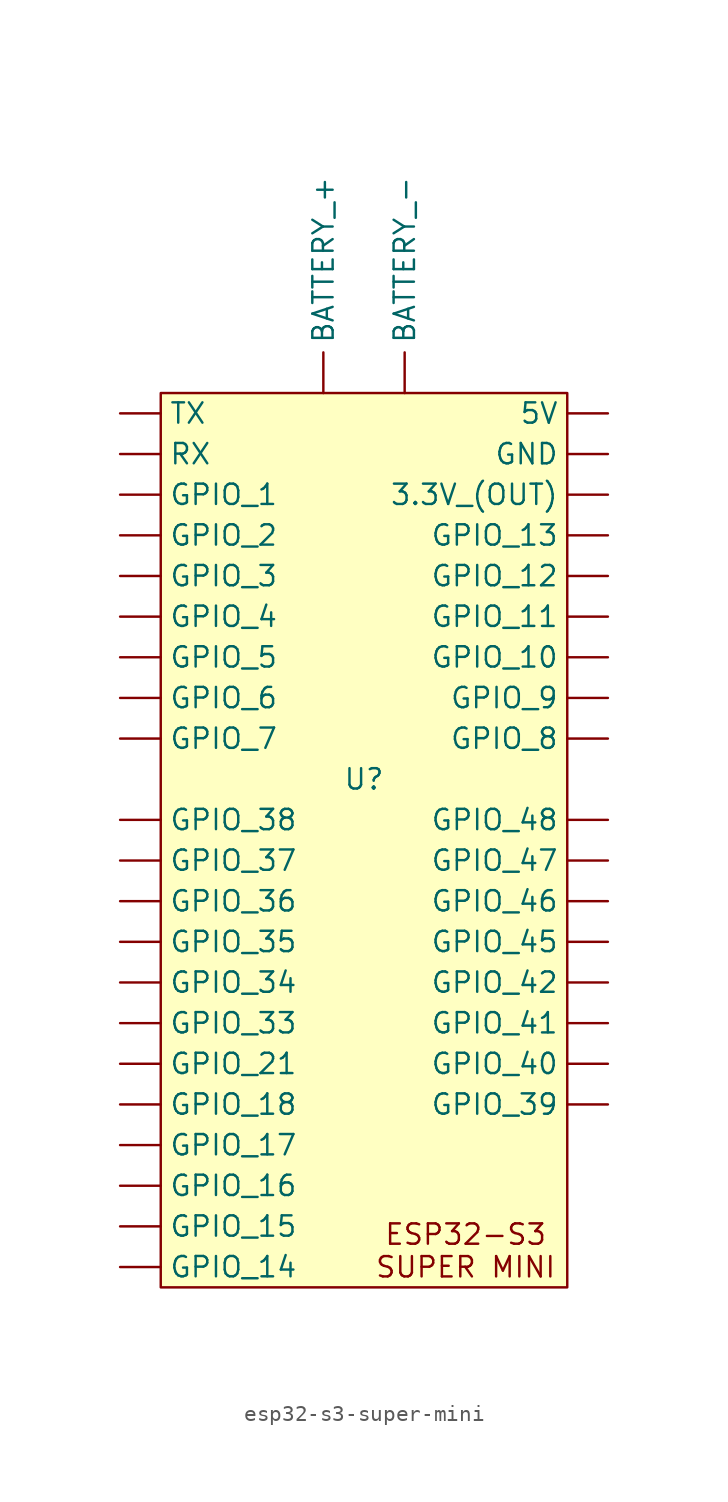
<source format=kicad_sym>
(kicad_symbol_lib
  (version 20241209)
  (generator "kicad_symbol_editor")
  (generator_version "9.0")
  (symbol "esp32-s3-super-mini"
    (property "Reference" "U"
      (at 0 0 0)
      (effects (font (size 1.27 1.27))))
    (property "Value" ""
      (at 0 0 0)
      (effects (font (size 1.27 1.27))))
    (symbol "esp32-s3-super-mini_1_1"
      (rectangle (start -12.7 24.13) (end 12.7 -31.75) (stroke (width 0) (type solid)) (fill (type background)))
      (text "ESP32-S3\nSUPER MINI" (at 6.35 -29.464 0) (effects (font (size 1.27 1.27))))
      (pin input line (at -15.24 22.86 0) (length 2.54) (name "TX" (effects (font (size 1.27 1.27)))) (number "" (effects (font (size 1.27 1.27)))))
      (pin input line (at -15.24 20.32 0) (length 2.54) (name "RX" (effects (font (size 1.27 1.27)))) (number "" (effects (font (size 1.27 1.27)))))
      (pin input line (at -15.24 17.78 0) (length 2.54) (name "GPIO_1" (effects (font (size 1.27 1.27)))) (number "" (effects (font (size 1.27 1.27)))))
      (pin input line (at -15.24 15.24 0) (length 2.54) (name "GPIO_2" (effects (font (size 1.27 1.27)))) (number "" (effects (font (size 1.27 1.27)))))
      (pin input line (at -15.24 12.7 0) (length 2.54) (name "GPIO_3" (effects (font (size 1.27 1.27)))) (number "" (effects (font (size 1.27 1.27)))))
      (pin input line (at -15.24 10.16 0) (length 2.54) (name "GPIO_4" (effects (font (size 1.27 1.27)))) (number "" (effects (font (size 1.27 1.27)))))
      (pin input line (at -15.24 7.62 0) (length 2.54) (name "GPIO_5" (effects (font (size 1.27 1.27)))) (number "" (effects (font (size 1.27 1.27)))))
      (pin input line (at -15.24 5.08 0) (length 2.54) (name "GPIO_6" (effects (font (size 1.27 1.27)))) (number "" (effects (font (size 1.27 1.27)))))
      (pin input line (at -15.24 2.54 0) (length 2.54) (name "GPIO_7" (effects (font (size 1.27 1.27)))) (number "" (effects (font (size 1.27 1.27)))))
      (pin input line (at -15.24 -2.54 0) (length 2.54) (name "GPIO_38" (effects (font (size 1.27 1.27)))) (number "" (effects (font (size 1.27 1.27)))))
      (pin input line (at -15.24 -5.08 0) (length 2.54) (name "GPIO_37" (effects (font (size 1.27 1.27)))) (number "" (effects (font (size 1.27 1.27)))))
      (pin input line (at -15.24 -7.62 0) (length 2.54) (name "GPIO_36" (effects (font (size 1.27 1.27)))) (number "" (effects (font (size 1.27 1.27)))))
      (pin input line (at -15.24 -10.16 0) (length 2.54) (name "GPIO_35" (effects (font (size 1.27 1.27)))) (number "" (effects (font (size 1.27 1.27)))))
      (pin input line (at -15.24 -12.7 0) (length 2.54) (name "GPIO_34" (effects (font (size 1.27 1.27)))) (number "" (effects (font (size 1.27 1.27)))))
      (pin input line (at -15.24 -15.24 0) (length 2.54) (name "GPIO_33" (effects (font (size 1.27 1.27)))) (number "" (effects (font (size 1.27 1.27)))))
      (pin input line (at -15.24 -17.78 0) (length 2.54) (name "GPIO_21" (effects (font (size 1.27 1.27)))) (number "" (effects (font (size 1.27 1.27)))))
      (pin input line (at -15.24 -20.32 0) (length 2.54) (name "GPIO_18" (effects (font (size 1.27 1.27)))) (number "" (effects (font (size 1.27 1.27)))))
      (pin input line (at -15.24 -22.86 0) (length 2.54) (name "GPIO_17" (effects (font (size 1.27 1.27)))) (number "" (effects (font (size 1.27 1.27)))))
      (pin input line (at -15.24 -25.4 0) (length 2.54) (name "GPIO_16" (effects (font (size 1.27 1.27)))) (number "" (effects (font (size 1.27 1.27)))))
      (pin input line (at -15.24 -27.94 0) (length 2.54) (name "GPIO_15" (effects (font (size 1.27 1.27)))) (number "" (effects (font (size 1.27 1.27)))))
      (pin input line (at -15.24 -30.48 0) (length 2.54) (name "GPIO_14" (effects (font (size 1.27 1.27)))) (number "" (effects (font (size 1.27 1.27)))))
      (pin input line (at -2.54 24.13 90) (length 2.54) (name "BATTERY_+" (effects (font (size 1.27 1.27)))) (number "" (effects (font (size 1.27 1.27)))))
      (pin input line (at 2.54 24.13 90) (length 2.54) (name "BATTERY_-" (effects (font (size 1.27 1.27)))) (number "" (effects (font (size 1.27 1.27)))))
      (pin input line (at 15.24 22.86 180) (length 2.54) (name "5V" (effects (font (size 1.27 1.27)))) (number "" (effects (font (size 1.27 1.27)))))
      (pin input line (at 15.24 20.32 180) (length 2.54) (name "GND" (effects (font (size 1.27 1.27)))) (number "" (effects (font (size 1.27 1.27)))))
      (pin output line (at 15.24 17.78 180) (length 2.54) (name "3.3V_(OUT)" (effects (font (size 1.27 1.27)))) (number "" (effects (font (size 1.27 1.27)))))
      (pin input line (at 15.24 15.24 180) (length 2.54) (name "GPIO_13" (effects (font (size 1.27 1.27)))) (number "" (effects (font (size 1.27 1.27)))))
      (pin input line (at 15.24 12.7 180) (length 2.54) (name "GPIO_12" (effects (font (size 1.27 1.27)))) (number "" (effects (font (size 1.27 1.27)))))
      (pin input line (at 15.24 10.16 180) (length 2.54) (name "GPIO_11" (effects (font (size 1.27 1.27)))) (number "" (effects (font (size 1.27 1.27)))))
      (pin input line (at 15.24 7.62 180) (length 2.54) (name "GPIO_10" (effects (font (size 1.27 1.27)))) (number "" (effects (font (size 1.27 1.27)))))
      (pin input line (at 15.24 5.08 180) (length 2.54) (name "GPIO_9" (effects (font (size 1.27 1.27)))) (number "" (effects (font (size 1.27 1.27)))))
      (pin input line (at 15.24 2.54 180) (length 2.54) (name "GPIO_8" (effects (font (size 1.27 1.27)))) (number "" (effects (font (size 1.27 1.27)))))
      (pin input line (at 15.24 -2.54 180) (length 2.54) (name "GPIO_48" (effects (font (size 1.27 1.27)))) (number "" (effects (font (size 1.27 1.27)))))
      (pin input line (at 15.24 -5.08 180) (length 2.54) (name "GPIO_47" (effects (font (size 1.27 1.27)))) (number "" (effects (font (size 1.27 1.27)))))
      (pin input line (at 15.24 -7.62 180) (length 2.54) (name "GPIO_46" (effects (font (size 1.27 1.27)))) (number "" (effects (font (size 1.27 1.27)))))
      (pin input line (at 15.24 -10.16 180) (length 2.54) (name "GPIO_45" (effects (font (size 1.27 1.27)))) (number "" (effects (font (size 1.27 1.27)))))
      (pin input line (at 15.24 -12.7 180) (length 2.54) (name "GPIO_42" (effects (font (size 1.27 1.27)))) (number "" (effects (font (size 1.27 1.27)))))
      (pin input line (at 15.24 -15.24 180) (length 2.54) (name "GPIO_41" (effects (font (size 1.27 1.27)))) (number "" (effects (font (size 1.27 1.27)))))
      (pin input line (at 15.24 -17.78 180) (length 2.54) (name "GPIO_40" (effects (font (size 1.27 1.27)))) (number "" (effects (font (size 1.27 1.27)))))
      (pin input line (at 15.24 -20.32 180) (length 2.54) (name "GPIO_39" (effects (font (size 1.27 1.27)))) (number "" (effects (font (size 1.27 1.27))))))))
</source>
